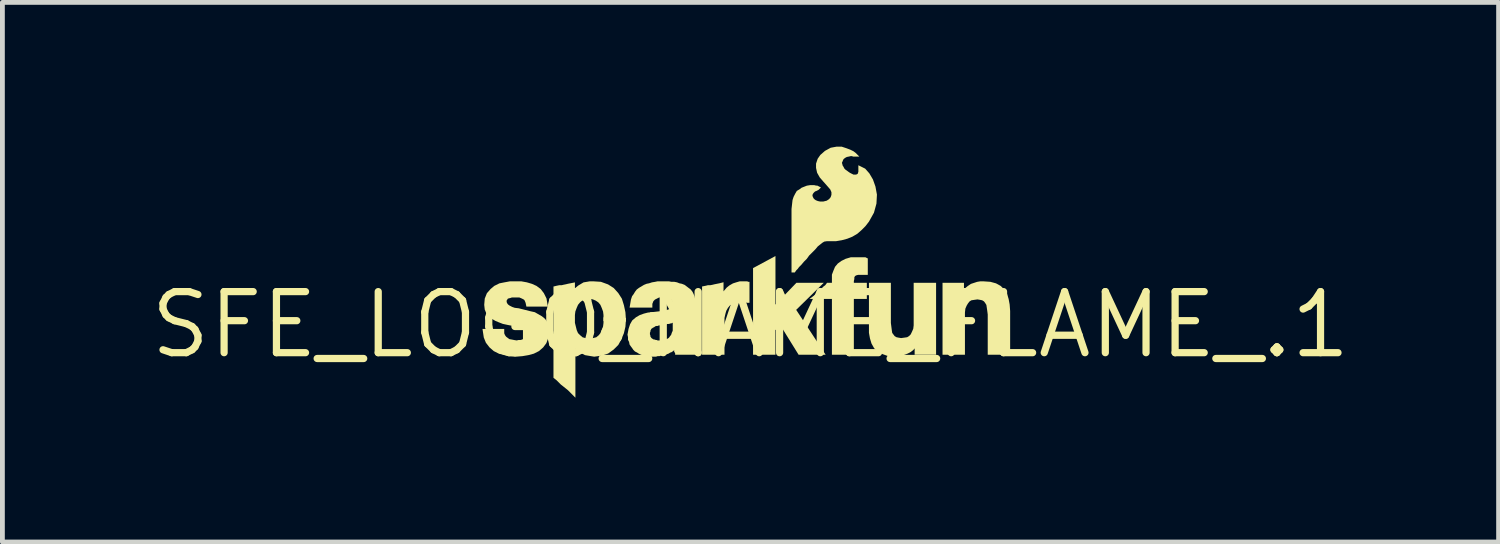
<source format=kicad_pcb>
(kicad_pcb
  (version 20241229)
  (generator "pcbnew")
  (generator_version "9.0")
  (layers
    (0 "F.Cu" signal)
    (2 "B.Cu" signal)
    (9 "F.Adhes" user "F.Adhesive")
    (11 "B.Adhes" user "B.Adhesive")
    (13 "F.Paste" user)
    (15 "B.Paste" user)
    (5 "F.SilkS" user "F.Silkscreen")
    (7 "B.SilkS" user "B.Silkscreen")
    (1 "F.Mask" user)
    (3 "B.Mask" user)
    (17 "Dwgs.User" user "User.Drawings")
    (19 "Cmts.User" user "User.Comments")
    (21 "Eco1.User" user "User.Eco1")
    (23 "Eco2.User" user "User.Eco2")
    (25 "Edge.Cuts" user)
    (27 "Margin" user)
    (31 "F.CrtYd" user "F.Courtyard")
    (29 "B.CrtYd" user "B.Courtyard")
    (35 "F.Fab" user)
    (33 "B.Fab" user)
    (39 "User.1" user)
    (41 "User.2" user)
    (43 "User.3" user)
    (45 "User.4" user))
  (footprint "SFE_LOGO_NAME_FLAME_.1"
    (layer "F.Cu")
    (at 12.556 3.704)
    (property "Reference" "SFE_LOGO_NAME_FLAME_.1" (at 0 0 0) (unlocked yes) (layer "F.SilkS") (effects (font (size 1.27 1.27) (thickness 0.15))))
    (fp_poly (pts (xy -2.588 -0.143) (xy -2.601 0.04) (xy -2.633 0.176) (xy -2.699 0.335) (xy -3.107 0.144) (xy -3.066 0.035) (xy -3.057 -0.038) (xy -3.057 -0.155)) (stroke (width 0) (type default)) (fill yes) (layer "F.SilkS"))
    (fp_poly (pts (xy -1.695 -0.036) (xy -1.75 -0.008) (xy -1.773 -0.008) (xy -1.803 0.002) (xy -1.843 0.002) (xy -1.873 0.012) (xy -1.91 0.012) (xy -1.93 0.022) (xy -1.985 0.022) (xy -2.092 -0.258) (xy -1.864 -0.284) (xy -1.76 -0.299)) (stroke (width 0) (type default)) (fill yes) (layer "F.SilkS"))
    (fp_poly (pts (xy 0.519 -0.421) (xy 0.955 -0.874) (xy 1.524 -0.874) (xy 0.95 -0.311) (xy 1.562 0.622) (xy 1 0.622) (xy 0.623 0.014) (xy 0.519 0.111) (xy 0.519 0.622) (xy 0.053 0.622) (xy 0.053 -1.179) (xy 0.519 -1.43)) (stroke (width 0) (type default)) (fill yes) (layer "F.SilkS"))
    (fp_poly (pts (xy 2.439 -1.38) (xy 2.439 -1.038) (xy 2.236 -1.038) (xy 2.204 -1.03) (xy 2.177 -1.016) (xy 2.164 -0.997) (xy 2.159 -0.987) (xy 2.159 -0.951) (xy 2.149 -0.911) (xy 2.149 -0.874) (xy 2.419 -0.874) (xy 2.419 -0.538) (xy 2.149 -0.538) (xy 2.149 0.622) (xy 1.693 0.622) (xy 1.693 -0.538) (xy 1.227 -0.538) (xy 1.356 -0.635) (xy 1.516 -0.795) (xy 1.554 -0.823) (xy 1.592 -0.874) (xy 1.693 -0.874) (xy 1.693 -1.043) (xy 1.726 -1.13) (xy 1.758 -1.206) (xy 1.815 -1.274) (xy 1.891 -1.329) (xy 1.977 -1.372) (xy 2.085 -1.404) (xy 2.39 -1.404)) (stroke (width 0) (type default)) (fill yes) (layer "F.SilkS"))
    (fp_poly (pts (xy -0.053 -0.894) (xy -0.021 -0.894) (xy -0.021 -0.458) (xy -0.078 -0.458) (xy -0.098 -0.468) (xy -0.197 -0.468) (xy -0.292 -0.458) (xy -0.365 -0.44) (xy -0.424 -0.406) (xy -0.468 -0.354) (xy -0.504 -0.291) (xy -0.522 -0.227) (xy -0.541 -0.142) (xy -0.541 0.622) (xy -1.007 0.622) (xy -1.007 -0.797) (xy -0.927 -0.813) (xy -0.884 -0.824) (xy -0.833 -0.824) (xy -0.787 -0.833) (xy -0.747 -0.843) (xy -0.647 -0.863) (xy -0.561 -0.885) (xy -0.561 -0.695) (xy -0.549 -0.71) (xy -0.496 -0.773) (xy -0.44 -0.818) (xy -0.365 -0.861) (xy -0.3 -0.882) (xy -0.224 -0.904) (xy -0.063 -0.904)) (stroke (width 0) (type default)) (fill yes) (layer "F.SilkS"))
    (fp_poly (pts (xy 2.919 -0.038) (xy 2.939 0.118) (xy 2.947 0.169) (xy 2.997 0.235) (xy 3.035 0.258) (xy 3.078 0.267) (xy 3.132 0.276) (xy 3.205 0.266) (xy 3.258 0.258) (xy 3.297 0.234) (xy 3.33 0.201) (xy 3.356 0.148) (xy 3.384 0.084) (xy 3.393 0.012) (xy 3.393 -0.874) (xy 3.859 -0.874) (xy 3.859 0.622) (xy 3.413 0.622) (xy 3.413 0.49) (xy 3.388 0.521) (xy 3.332 0.566) (xy 3.267 0.599) (xy 3.214 0.62) (xy 3.15 0.641) (xy 3.077 0.652) (xy 3.013 0.662) (xy 2.863 0.652) (xy 2.745 0.609) (xy 2.649 0.555) (xy 2.571 0.488) (xy 2.516 0.389) (xy 2.484 0.283) (xy 2.463 0.167) (xy 2.463 -0.874) (xy 2.919 -0.874)) (stroke (width 0) (type default)) (fill yes) (layer "F.SilkS"))
    (fp_poly (pts (xy 4.987 -0.894) (xy 5.105 -0.862) (xy 5.204 -0.807) (xy 5.281 -0.73) (xy 5.336 -0.642) (xy 5.368 -0.535) (xy 5.389 -0.421) (xy 5.399 -0.287) (xy 5.399 0.622) (xy 4.933 0.622) (xy 4.933 -0.214) (xy 4.923 -0.291) (xy 4.913 -0.36) (xy 4.905 -0.413) (xy 4.879 -0.455) (xy 4.855 -0.487) (xy 4.817 -0.51) (xy 4.774 -0.519) (xy 4.72 -0.528) (xy 4.647 -0.518) (xy 4.594 -0.51) (xy 4.556 -0.487) (xy 4.522 -0.444) (xy 4.495 -0.399) (xy 4.468 -0.336) (xy 4.459 -0.254) (xy 4.459 0.622) (xy 3.993 0.622) (xy 3.993 -0.874) (xy 4.439 -0.874) (xy 4.439 -0.738) (xy 4.466 -0.764) (xy 4.518 -0.807) (xy 4.584 -0.851) (xy 4.712 -0.893) (xy 4.778 -0.904) (xy 4.842 -0.904)) (stroke (width 0) (type default)) (fill yes) (layer "F.SilkS"))
    (fp_poly (pts (xy -3.111 -0.894) (xy -2.962 -0.84) (xy -2.844 -0.765) (xy -2.749 -0.659) (xy -2.674 -0.542) (xy -2.632 -0.406) (xy -2.601 -0.261) (xy -2.588 -0.067) (xy -3.057 -0.079) (xy -3.057 -0.204) (xy -3.066 -0.277) (xy -3.094 -0.352) (xy -3.122 -0.416) (xy -3.165 -0.467) (xy -3.217 -0.502) (xy -3.279 -0.529) (xy -3.359 -0.538) (xy -3.43 -0.529) (xy -3.5 -0.502) (xy -3.542 -0.469) (xy -3.586 -0.416) (xy -3.614 -0.352) (xy -3.642 -0.277) (xy -3.651 -0.204) (xy -3.651 -0.041) (xy -3.613 0.112) (xy -3.587 0.172) (xy -3.543 0.216) (xy -3.491 0.26) (xy -3.432 0.276) (xy -3.349 0.286) (xy -3.276 0.276) (xy -3.207 0.259) (xy -3.156 0.217) (xy -3.122 0.174) (xy -3.078 0.073) (xy -2.666 0.267) (xy -2.748 0.417) (xy -2.844 0.513) (xy -2.961 0.598) (xy -3.09 0.641) (xy -3.25 0.663) (xy -3.441 0.631) (xy -3.507 0.597) (xy -3.614 0.533) (xy -3.641 0.5) (xy -3.641 1.516) (xy -3.794 1.362) (xy -3.944 1.242) (xy -4.034 1.152) (xy -4.097 1.102) (xy -4.097 -0.796) (xy -4.027 -0.813) (xy -3.973 -0.824) (xy -3.924 -0.824) (xy -3.887 -0.833) (xy -3.837 -0.843) (xy -3.797 -0.853) (xy -3.651 -0.882) (xy -3.651 -0.758) (xy -3.634 -0.774) (xy -3.581 -0.817) (xy -3.472 -0.882) (xy -3.342 -0.904) (xy -3.268 -0.904)) (stroke (width 0) (type default)) (fill yes) (layer "F.SilkS"))
    (fp_poly (pts (xy -4.65 -0.883) (xy -4.546 -0.852) (xy -4.45 -0.809) (xy -4.362 -0.743) (xy -4.296 -0.656) (xy -4.242 -0.548) (xy -4.214 -0.378) (xy -4.66 -0.378) (xy -4.676 -0.455) (xy -4.693 -0.498) (xy -4.706 -0.519) (xy -4.728 -0.533) (xy -4.765 -0.551) (xy -4.806 -0.568) (xy -4.963 -0.568) (xy -4.988 -0.559) (xy -5.028 -0.549) (xy -5.045 -0.544) (xy -5.071 -0.504) (xy -5.071 -0.481) (xy -5.064 -0.453) (xy -5.042 -0.423) (xy -5.009 -0.399) (xy -4.954 -0.371) (xy -4.901 -0.353) (xy -4.822 -0.344) (xy -4.58 -0.283) (xy -4.485 -0.262) (xy -4.337 -0.177) (xy -4.27 -0.122) (xy -4.225 -0.054) (xy -4.192 0.024) (xy -4.181 0.125) (xy -4.202 0.263) (xy -4.245 0.382) (xy -4.311 0.47) (xy -4.398 0.546) (xy -4.505 0.6) (xy -4.621 0.631) (xy -4.744 0.652) (xy -4.869 0.662) (xy -4.994 0.652) (xy -5.117 0.631) (xy -5.233 0.6) (xy -5.34 0.546) (xy -5.427 0.47) (xy -5.502 0.373) (xy -5.546 0.264) (xy -5.573 0.086) (xy -5.121 0.086) (xy -5.121 0.177) (xy -5.105 0.215) (xy -5.082 0.247) (xy -5.014 0.298) (xy -4.962 0.307) (xy -4.912 0.317) (xy -4.861 0.325) (xy -4.824 0.316) (xy -4.784 0.316) (xy -4.752 0.308) (xy -4.719 0.291) (xy -4.684 0.265) (xy -4.663 0.245) (xy -4.648 0.184) (xy -4.655 0.157) (xy -4.669 0.129) (xy -4.7 0.106) (xy -4.745 0.079) (xy -4.8 0.061) (xy -4.957 0.021) (xy -5.057 0.001) (xy -5.15 -0.019) (xy -5.233 -0.051) (xy -5.306 -0.082) (xy -5.379 -0.124) (xy -5.446 -0.169) (xy -5.493 -0.238) (xy -5.526 -0.316) (xy -5.537 -0.415) (xy -5.526 -0.545) (xy -5.482 -0.656) (xy -5.406 -0.743) (xy -5.33 -0.808) (xy -5.221 -0.862) (xy -5.116 -0.883) (xy -5.002 -0.904) (xy -4.766 -0.904)) (stroke (width 0) (type default)) (fill yes) (layer "F.SilkS"))
    (fp_poly (pts (xy 1.994 -3.672) (xy 2.076 -3.641) (xy 2.141 -3.609) (xy 2.186 -3.575) (xy 2.263 -3.498) (xy 2.135 -3.498) (xy 2.105 -3.508) (xy 2.086 -3.508) (xy 2.049 -3.499) (xy 2.003 -3.49) (xy 1.971 -3.473) (xy 1.939 -3.449) (xy 1.926 -3.429) (xy 1.916 -3.401) (xy 1.906 -3.381) (xy 1.901 -3.366) (xy 1.908 -3.347) (xy 1.916 -3.312) (xy 1.934 -3.285) (xy 1.952 -3.249) (xy 1.975 -3.226) (xy 2.003 -3.207) (xy 2.043 -3.177) (xy 2.07 -3.159) (xy 2.14 -3.124) (xy 2.195 -3.124) (xy 2.214 -3.131) (xy 2.229 -3.14) (xy 2.243 -3.182) (xy 2.243 -3.318) (xy 2.385 -3.247) (xy 2.472 -3.148) (xy 2.546 -3.022) (xy 2.598 -2.876) (xy 2.629 -2.708) (xy 2.619 -2.52) (xy 2.567 -2.331) (xy 2.463 -2.145) (xy 2.39 -2.051) (xy 2.307 -1.968) (xy 2.224 -1.895) (xy 2.118 -1.832) (xy 2.013 -1.79) (xy 1.899 -1.759) (xy 1.774 -1.738) (xy 1.584 -1.738) (xy 1.534 -1.73) (xy 1.493 -1.705) (xy 1.398 -1.629) (xy 1.349 -1.57) (xy 1.22 -1.441) (xy 1.17 -1.371) (xy 1.109 -1.31) (xy 1.059 -1.25) (xy 1.01 -1.201) (xy 0.98 -1.161) (xy 0.951 -1.132) (xy 0.921 -1.088) (xy 0.853 -1.088) (xy 0.853 -2.408) (xy 0.874 -2.594) (xy 0.896 -2.661) (xy 0.928 -2.724) (xy 0.963 -2.784) (xy 1.02 -2.818) (xy 1.062 -2.85) (xy 1.171 -2.893) (xy 1.238 -2.904) (xy 1.326 -2.904) (xy 1.366 -2.894) (xy 1.39 -2.894) (xy 1.465 -2.856) (xy 1.414 -2.805) (xy 1.366 -2.781) (xy 1.342 -2.773) (xy 1.311 -2.742) (xy 1.296 -2.719) (xy 1.289 -2.7) (xy 1.289 -2.682) (xy 1.296 -2.661) (xy 1.312 -2.629) (xy 1.335 -2.606) (xy 1.359 -2.59) (xy 1.402 -2.573) (xy 1.445 -2.564) (xy 1.516 -2.564) (xy 1.585 -2.581) (xy 1.635 -2.614) (xy 1.667 -2.654) (xy 1.683 -2.702) (xy 1.683 -2.758) (xy 1.658 -2.815) (xy 1.592 -2.891) (xy 1.512 -2.981) (xy 1.44 -3.064) (xy 1.385 -3.162) (xy 1.363 -3.262) (xy 1.363 -3.352) (xy 1.397 -3.453) (xy 1.452 -3.532) (xy 1.549 -3.617) (xy 1.668 -3.682) (xy 1.788 -3.704) (xy 1.897 -3.704)) (stroke (width 0) (type default)) (fill yes) (layer "F.SilkS"))
    (fp_poly (pts (xy -1.645 -0.894) (xy -1.585 -0.894) (xy -1.528 -0.883) (xy -1.478 -0.863) (xy -1.428 -0.853) (xy -1.37 -0.83) (xy -1.242 -0.733) (xy -1.206 -0.686) (xy -1.184 -0.642) (xy -1.162 -0.587) (xy -1.151 -0.53) (xy -1.151 0.335) (xy -1.141 0.355) (xy -1.141 0.445) (xy -1.131 0.465) (xy -1.131 0.485) (xy -1.121 0.505) (xy -1.121 0.535) (xy -1.118 0.541) (xy -1.101 0.558) (xy -1.101 0.622) (xy -1.567 0.622) (xy -1.567 0.59) (xy -1.577 0.58) (xy -1.577 0.57) (xy -1.587 0.56) (xy -1.587 0.53) (xy -1.589 0.528) (xy -1.605 0.544) (xy -1.642 0.569) (xy -1.672 0.579) (xy -1.702 0.599) (xy -1.833 0.642) (xy -1.863 0.642) (xy -1.893 0.652) (xy -1.933 0.652) (xy -1.963 0.662) (xy -2.083 0.662) (xy -2.133 0.652) (xy -2.184 0.652) (xy -2.231 0.64) (xy -2.285 0.619) (xy -2.328 0.597) (xy -2.358 0.577) (xy -2.402 0.555) (xy -2.439 0.518) (xy -2.46 0.486) (xy -2.49 0.446) (xy -2.515 0.409) (xy -2.525 0.356) (xy -2.547 0.313) (xy -2.547 0.258) (xy -2.558 0.204) (xy -2.536 0.085) (xy -2.504 -0.012) (xy -2.459 -0.091) (xy -2.381 -0.157) (xy -2.305 -0.201) (xy -2.22 -0.232) (xy -2.136 -0.254) (xy -2.014 -0.267) (xy -1.909 0.008) (xy -1.974 0.029) (xy -1.986 0.035) (xy -1.996 0.045) (xy -2.036 0.065) (xy -2.046 0.075) (xy -2.061 0.082) (xy -2.081 0.123) (xy -2.081 0.143) (xy -2.091 0.163) (xy -2.091 0.198) (xy -2.081 0.228) (xy -2.081 0.245) (xy -2.078 0.251) (xy -2.068 0.261) (xy -2.061 0.276) (xy -2.046 0.283) (xy -2.036 0.293) (xy -2.01 0.306) (xy -1.99 0.306) (xy -1.97 0.316) (xy -1.95 0.316) (xy -1.93 0.326) (xy -1.893 0.326) (xy -1.843 0.316) (xy -1.798 0.316) (xy -1.762 0.298) (xy -1.725 0.289) (xy -1.703 0.274) (xy -1.689 0.26) (xy -1.669 0.23) (xy -1.652 0.213) (xy -1.634 0.159) (xy -1.624 0.139) (xy -1.617 0.118) (xy -1.617 -0.044) (xy -1.65 -0.028) (xy -1.67 -0.028) (xy -1.69 -0.018) (xy -1.769 -0.018) (xy -1.835 -0.283) (xy -1.73 -0.312) (xy -1.675 -0.331) (xy -1.635 -0.355) (xy -1.617 -0.379) (xy -1.617 -0.467) (xy -1.64 -0.513) (xy -1.65 -0.523) (xy -1.657 -0.538) (xy -1.698 -0.558) (xy -1.718 -0.558) (xy -1.738 -0.568) (xy -1.9 -0.568) (xy -1.986 -0.525) (xy -2.018 -0.493) (xy -2.024 -0.481) (xy -2.034 -0.451) (xy -2.041 -0.437) (xy -2.041 -0.358) (xy -2.514 -0.358) (xy -2.486 -0.525) (xy -2.463 -0.594) (xy -2.431 -0.637) (xy -2.401 -0.687) (xy -2.366 -0.733) (xy -2.32 -0.768) (xy -2.216 -0.83) (xy -2.16 -0.853) (xy -2.109 -0.863) (xy -2.048 -0.883) (xy -1.986 -0.893) (xy -1.933 -0.904) (xy -1.695 -0.904)) (stroke (width 0) (type default)) (fill yes) (layer "F.SilkS")))
  (gr_rect
    (start -3 -3)
    (end 28.112 8.22)
    (stroke (width 0.1) (type default))
    (fill no)
    (layer "Edge.Cuts")))
</source>
